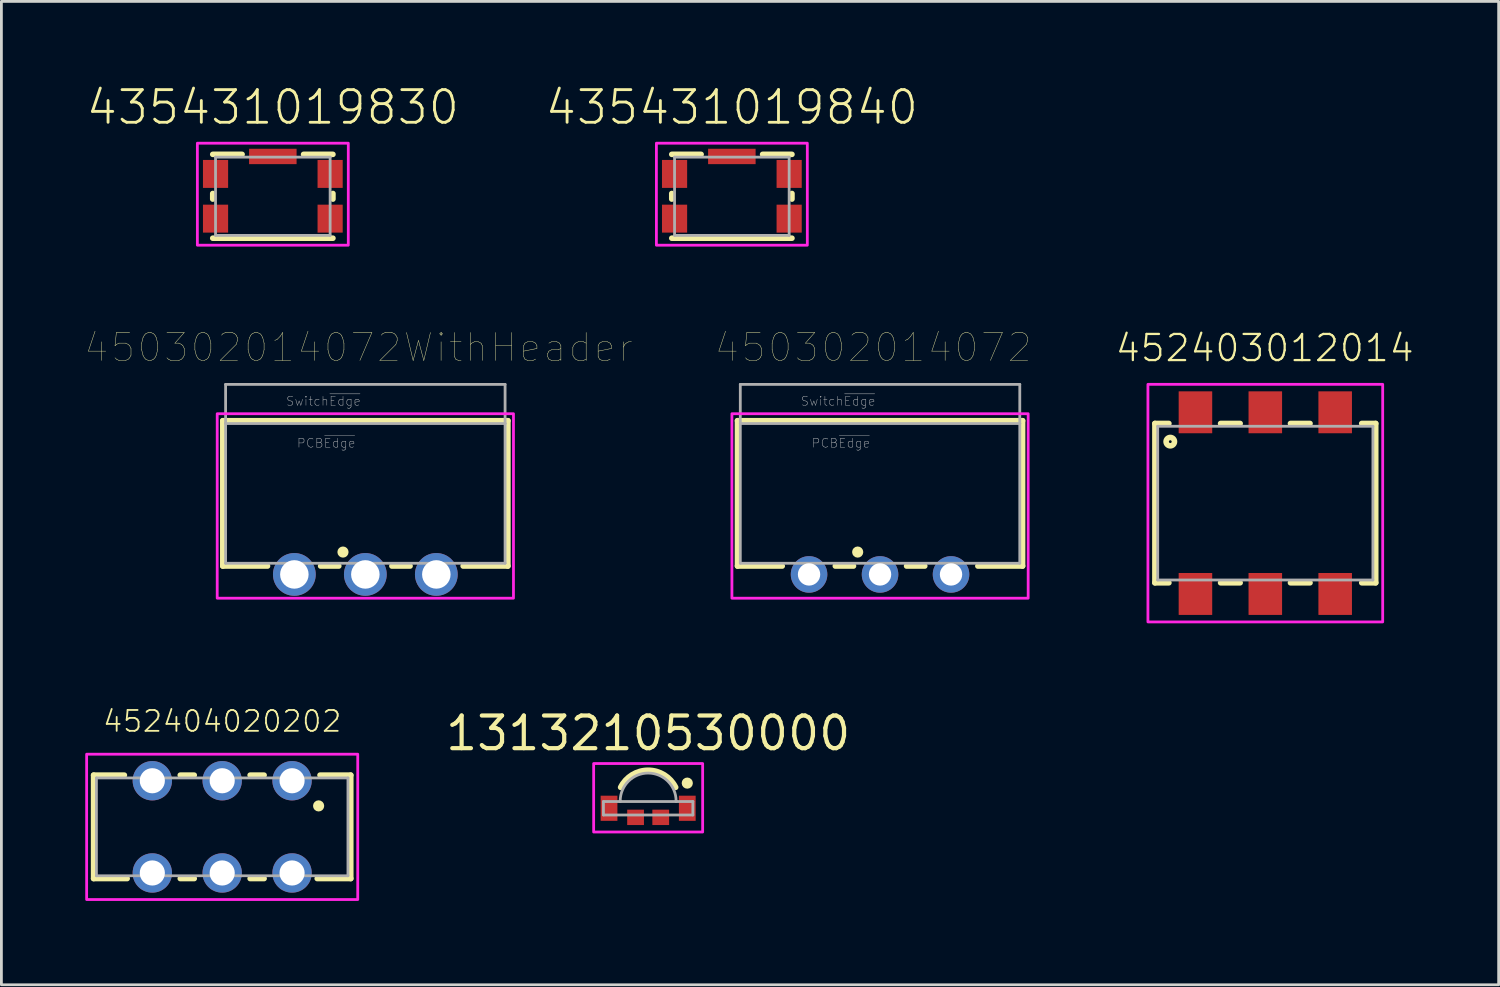
<source format=kicad_pcb>
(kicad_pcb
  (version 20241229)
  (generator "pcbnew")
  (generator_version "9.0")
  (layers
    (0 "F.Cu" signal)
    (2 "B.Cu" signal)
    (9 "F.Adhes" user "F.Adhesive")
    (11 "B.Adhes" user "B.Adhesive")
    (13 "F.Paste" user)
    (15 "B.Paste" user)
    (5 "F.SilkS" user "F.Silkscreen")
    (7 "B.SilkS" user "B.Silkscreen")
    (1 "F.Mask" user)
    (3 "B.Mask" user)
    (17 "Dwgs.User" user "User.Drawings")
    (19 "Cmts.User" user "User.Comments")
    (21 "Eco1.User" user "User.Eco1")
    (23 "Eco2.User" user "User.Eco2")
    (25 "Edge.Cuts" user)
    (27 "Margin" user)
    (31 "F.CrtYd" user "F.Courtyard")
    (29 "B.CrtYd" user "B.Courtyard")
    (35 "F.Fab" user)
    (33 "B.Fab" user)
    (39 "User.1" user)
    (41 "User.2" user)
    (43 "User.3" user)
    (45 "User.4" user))
  (footprint "435431019840"
    (layer "F.Cu")
    (at 23.136 3.973)
    (property "Reference" "435431019840" (at 0 -2.5 0) (layer "F.SilkS") (effects (font (size 1.168 1.168) (thickness 0.102)) (justify bottom)))
    (attr smd)
    (fp_line (start -2.15 -0.1) (end -2.15 0.1) (stroke (width 0.2) (type solid)) (layer "F.SilkS"))
    (fp_line (start -2.15 1.5) (end 2.15 1.5) (stroke (width 0.2) (type solid)) (layer "F.SilkS"))
    (fp_line (start -1.1 -1.5) (end -2.15 -1.5) (stroke (width 0.2) (type solid)) (layer "F.SilkS"))
    (fp_line (start 1.1 -1.5) (end 2.15 -1.5) (stroke (width 0.2) (type solid)) (layer "F.SilkS"))
    (fp_line (start 2.15 0.1) (end 2.15 -0.1) (stroke (width 0.2) (type solid)) (layer "F.SilkS"))
    (fp_poly (pts (xy 2.7 1.75) (xy -2.7 1.75) (xy -2.7 -1.9) (xy 2.7 -1.9)) (stroke (width 0.1) (type default)) (fill no) (layer "F.CrtYd"))
    (fp_line (start -2.05 -1.4) (end 2.05 -1.4) (stroke (width 0.1) (type solid)) (layer "F.Fab"))
    (fp_line (start -2.05 1.4) (end -2.05 -1.4) (stroke (width 0.1) (type solid)) (layer "F.Fab"))
    (fp_line (start 2.05 -1.4) (end 2.05 1.4) (stroke (width 0.1) (type solid)) (layer "F.Fab"))
    (fp_line (start 2.05 1.4) (end -2.05 1.4) (stroke (width 0.1) (type solid)) (layer "F.Fab"))
    (pad "1" smd rect (at 2.05 -0.8) (size 0.9 1) (layers "F.Cu" "F.Mask" "F.Paste"))
    (pad "2" smd rect (at 2.05 0.8) (size 0.9 1) (layers "F.Cu" "F.Mask" "F.Paste"))
    (pad "3" smd rect (at -2.05 0.8) (size 0.9 1) (layers "F.Cu" "F.Mask" "F.Paste"))
    (pad "4" smd rect (at -2.05 -0.8) (size 0.9 1) (layers "F.Cu" "F.Mask" "F.Paste"))
    (pad "SH" smd rect (at 0 -1.425) (size 1.7 0.55) (layers "F.Cu" "F.Mask" "F.Paste")))
  (footprint "452403012014"
    (layer "F.Cu")
    (at 42.223 14.952)
    (property "Reference" "452403012014" (at -0.02 -5 0) (layer "F.SilkS") (effects (font (size 0.935 0.935) (thickness 0.081)) (justify bottom)))
    (fp_line (start -3.95 -2.85) (end -3.95 2.85) (stroke (width 0.2) (type solid)) (layer "F.SilkS"))
    (fp_line (start -3.95 2.85) (end -3.45 2.85) (stroke (width 0.2) (type solid)) (layer "F.SilkS"))
    (fp_line (start -3.45 -2.85) (end -3.95 -2.85) (stroke (width 0.2) (type solid)) (layer "F.SilkS"))
    (fp_line (start -1.6 -2.85) (end -0.9 -2.85) (stroke (width 0.2) (type solid)) (layer "F.SilkS"))
    (fp_line (start -0.9 2.85) (end -1.6 2.85) (stroke (width 0.2) (type solid)) (layer "F.SilkS"))
    (fp_line (start 0.9 -2.85) (end 1.6 -2.85) (stroke (width 0.2) (type solid)) (layer "F.SilkS"))
    (fp_line (start 1.6 2.85) (end 0.9 2.85) (stroke (width 0.2) (type solid)) (layer "F.SilkS"))
    (fp_line (start 3.45 -2.85) (end 3.95 -2.85) (stroke (width 0.2) (type solid)) (layer "F.SilkS"))
    (fp_line (start 3.95 -2.85) (end 3.95 2.85) (stroke (width 0.2) (type solid)) (layer "F.SilkS"))
    (fp_line (start 3.95 2.85) (end 3.45 2.85) (stroke (width 0.2) (type solid)) (layer "F.SilkS"))
    (fp_circle (center -3.4 -2.2) (end -3.35 -2.2) (stroke (width 0.2) (type solid)) (fill no) (layer "F.SilkS"))
    (fp_poly (pts (xy 4.2 4.25) (xy -4.2 4.25) (xy -4.2 -4.25) (xy 4.2 -4.25)) (stroke (width 0.1) (type default)) (fill no) (layer "F.CrtYd"))
    (fp_line (start -3.85 -2.75) (end 3.85 -2.75) (stroke (width 0.1) (type solid)) (layer "F.Fab"))
    (fp_line (start -3.85 2.75) (end -3.85 -2.75) (stroke (width 0.1) (type solid)) (layer "F.Fab"))
    (fp_line (start 3.85 -2.75) (end 3.85 2.75) (stroke (width 0.1) (type solid)) (layer "F.Fab"))
    (fp_line (start 3.85 2.75) (end -3.85 2.75) (stroke (width 0.1) (type solid)) (layer "F.Fab"))
    (pad "1" smd rect (at -2.5 -3.25) (size 1.2 1.5) (layers "F.Cu" "F.Mask" "F.Paste"))
    (pad "2" smd rect (at 0 -3.25) (size 1.2 1.5) (layers "F.Cu" "F.Mask" "F.Paste"))
    (pad "3" smd rect (at 2.5 -3.25) (size 1.2 1.5) (layers "F.Cu" "F.Mask" "F.Paste"))
    (pad "4" smd rect (at -2.5 3.25) (size 1.2 1.5) (layers "F.Cu" "F.Mask" "F.Paste"))
    (pad "5" smd rect (at 0 3.25) (size 1.2 1.5) (layers "F.Cu" "F.Mask" "F.Paste"))
    (pad "6" smd rect (at 2.5 3.25) (size 1.2 1.5) (layers "F.Cu" "F.Mask" "F.Paste")))
  (footprint "1313210530000"
    (layer "F.Cu")
    (at 20.141 25.87)
    (property "Reference" "1313210530000" (at 0 -2 0) (layer "F.SilkS") (effects (font (size 1.168 1.168) (thickness 0.15)) (justify bottom)))
    (attr smd)
    (fp_arc (start -0.985 -0.749999) (mid 0 -1.360836) (end 0.985 -0.75) (stroke (width 0.2) (type solid)) (layer "F.SilkS"))
    (fp_circle (center 1.4 -0.9) (end 1.5 -0.9) (stroke (width 0.2) (type solid)) (fill no) (layer "F.SilkS"))
    (fp_poly (pts (xy 1.95 0.85) (xy -1.95 0.85) (xy -1.95 -1.6) (xy 1.95 -1.6)) (stroke (width 0.1) (type default)) (fill no) (layer "F.CrtYd"))
    (fp_line (start -1.6 -0.24) (end -1.6 0.24) (stroke (width 0.1) (type solid)) (layer "F.Fab"))
    (fp_line (start -1.6 0.24) (end 1.6 0.24) (stroke (width 0.1) (type solid)) (layer "F.Fab"))
    (fp_line (start -1 -0.26) (end -1 -0.24) (stroke (width 0.1) (type solid)) (layer "F.Fab"))
    (fp_line (start -1 -0.24) (end -1.6 -0.24) (stroke (width 0.1) (type solid)) (layer "F.Fab"))
    (fp_line (start 1 -0.26) (end 1 -0.24) (stroke (width 0.1) (type solid)) (layer "F.Fab"))
    (fp_line (start 1 -0.24) (end -1 -0.24) (stroke (width 0.1) (type solid)) (layer "F.Fab"))
    (fp_line (start 1.6 -0.24) (end 1 -0.24) (stroke (width 0.1) (type solid)) (layer "F.Fab"))
    (fp_line (start 1.6 0.24) (end 1.6 -0.24) (stroke (width 0.1) (type solid)) (layer "F.Fab"))
    (fp_arc (start -1 -0.26) (mid 0.000001 -1.262502) (end 1 -0.259998) (stroke (width 0.1) (type solid)) (layer "F.Fab"))
    (pad "1" smd rect (at 1.4 0) (size 0.6 0.9) (layers "F.Cu" "F.Mask" "F.Paste"))
    (pad "2" smd rect (at 0.45 0.325) (size 0.6 0.55) (layers "F.Cu" "F.Mask" "F.Paste"))
    (pad "3" smd rect (at -0.45 0.325) (size 0.6 0.55) (layers "F.Cu" "F.Mask" "F.Paste"))
    (pad "4" smd rect (at -1.4 0) (size 0.6 0.9) (layers "F.Cu" "F.Mask" "F.Paste")))
  (footprint "452404020202"
    (layer "F.Cu")
    (at 4.9 26.535)
    (property "Reference" "452404020202" (at 0 -3.34 0) (layer "F.SilkS") (effects (font (size 0.748 0.748) (thickness 0.065)) (justify bottom)))
    (fp_line (start -4.6 -1.85) (end -4.6 1.85) (stroke (width 0.2) (type solid)) (layer "F.SilkS"))
    (fp_line (start -4.6 1.85) (end -3.4 1.85) (stroke (width 0.2) (type solid)) (layer "F.SilkS"))
    (fp_line (start -3.5 -1.85) (end -4.6 -1.85) (stroke (width 0.2) (type solid)) (layer "F.SilkS"))
    (fp_line (start -1.5 1.85) (end -1 1.85) (stroke (width 0.2) (type solid)) (layer "F.SilkS"))
    (fp_line (start -1 -1.85) (end -1.5 -1.85) (stroke (width 0.2) (type solid)) (layer "F.SilkS"))
    (fp_line (start 1 1.85) (end 1.5 1.85) (stroke (width 0.2) (type solid)) (layer "F.SilkS"))
    (fp_line (start 1.5 -1.85) (end 1 -1.85) (stroke (width 0.2) (type solid)) (layer "F.SilkS"))
    (fp_line (start 3.5 -1.85) (end 4.6 -1.85) (stroke (width 0.2) (type solid)) (layer "F.SilkS"))
    (fp_line (start 4.6 -1.85) (end 4.6 1.85) (stroke (width 0.2) (type solid)) (layer "F.SilkS"))
    (fp_line (start 4.6 1.85) (end 3.4 1.85) (stroke (width 0.2) (type solid)) (layer "F.SilkS"))
    (fp_circle (center 3.45 -0.75) (end 3.55 -0.75) (stroke (width 0.2) (type solid)) (fill no) (layer "F.SilkS"))
    (fp_poly (pts (xy 4.85 2.6) (xy -4.85 2.6) (xy -4.85 -2.6) (xy 4.85 -2.6)) (stroke (width 0.1) (type default)) (fill no) (layer "F.CrtYd"))
    (fp_line (start -4.5 -1.75) (end 4.5 -1.75) (stroke (width 0.1) (type solid)) (layer "F.Fab"))
    (fp_line (start -4.5 1.75) (end -4.5 -1.75) (stroke (width 0.1) (type solid)) (layer "F.Fab"))
    (fp_line (start 4.5 -1.75) (end 4.5 1.75) (stroke (width 0.1) (type solid)) (layer "F.Fab"))
    (fp_line (start 4.5 1.75) (end -4.5 1.75) (stroke (width 0.1) (type solid)) (layer "F.Fab"))
    (pad "1" thru_hole circle (at 2.5 -1.65) (size 1.408 1.408) (drill 0.9) (layers "*.Cu" "*.Mask"))
    (pad "2" thru_hole circle (at 0 -1.65) (size 1.408 1.408) (drill 0.9) (layers "*.Cu" "*.Mask"))
    (pad "3" thru_hole circle (at -2.5 -1.65) (size 1.408 1.408) (drill 0.9) (layers "*.Cu" "*.Mask"))
    (pad "4" thru_hole circle (at 2.5 1.65) (size 1.408 1.408) (drill 0.9) (layers "*.Cu" "*.Mask"))
    (pad "5" thru_hole circle (at 0 1.65) (size 1.408 1.408) (drill 0.9) (layers "*.Cu" "*.Mask"))
    (pad "6" thru_hole circle (at -2.5 1.65) (size 1.408 1.408) (drill 0.9) (layers "*.Cu" "*.Mask")))
  (footprint "450302014072"
    (layer "F.Cu")
    (at 28.438 14.103)
    (property "Reference" "450302014072" (at -0.242 -4.718 0) (layer "F.SilkS") (effects (font (size 1 1) (thickness 0.015))))
    (attr through_hole)
    (fp_line (start -5.1 -2.1) (end -5.1 3.1) (stroke (width 0.2) (type solid)) (layer "F.SilkS"))
    (fp_line (start -5.1 -2.1) (end 5.1 -2.1) (stroke (width 0.2) (type solid)) (layer "F.SilkS"))
    (fp_line (start -5.1 3.1) (end -3.5 3.1) (stroke (width 0.2) (type solid)) (layer "F.SilkS"))
    (fp_line (start -1.6 3.1) (end -0.95 3.1) (stroke (width 0.2) (type solid)) (layer "F.SilkS"))
    (fp_line (start 0.95 3.1) (end 1.6 3.1) (stroke (width 0.2) (type solid)) (layer "F.SilkS"))
    (fp_line (start 5.1 -2.1) (end 5.1 3.1) (stroke (width 0.2) (type solid)) (layer "F.SilkS"))
    (fp_line (start 5.1 3.1) (end 3.5 3.1) (stroke (width 0.2) (type solid)) (layer "F.SilkS"))
    (fp_circle (center -0.8 2.6) (end -0.7 2.6) (stroke (width 0.2) (type solid)) (fill no) (layer "F.SilkS"))
    (fp_poly (pts (xy -5.3 -2.35) (xy 5.3 -2.35) (xy 5.3 4.25) (xy -5.3 4.25)) (stroke (width 0.1) (type solid)) (fill no) (layer "F.CrtYd"))
    (fp_line (start -5 -3.4) (end -5 -2) (stroke (width 0.1) (type solid)) (layer "F.Fab"))
    (fp_line (start -5 -2) (end -5 3) (stroke (width 0.1) (type solid)) (layer "F.Fab"))
    (fp_line (start -5 -2) (end 5 -2) (stroke (width 0.1) (type solid)) (layer "F.Fab"))
    (fp_line (start -5 3) (end 5 3) (stroke (width 0.1) (type solid)) (layer "F.Fab"))
    (fp_line (start 5 -3.4) (end -5 -3.4) (stroke (width 0.1) (type solid)) (layer "F.Fab"))
    (fp_line (start 5 -2) (end 5 -3.4) (stroke (width 0.1) (type solid)) (layer "F.Fab"))
    (fp_line (start 5 3) (end 5 -2) (stroke (width 0.1) (type solid)) (layer "F.Fab"))
    (fp_text user "PCB~{Edge}" (at -1.4 -1.3 0) (layer "Dwgs.User") (effects (font (size 0.32 0.32) (thickness 0.015))))
    (fp_text user "Switch~{Edge}" (at -1.5 -2.8 0) (layer "Dwgs.User") (effects (font (size 0.32 0.32) (thickness 0.015))))
    (pad "1" thru_hole circle (at 0 3.4) (size 1.308 1.308) (drill 0.8) (layers "*.Cu" "*.Mask"))
    (pad "2" thru_hole circle (at -2.54 3.4) (size 1.308 1.308) (drill 0.8) (layers "*.Cu" "*.Mask"))
    (pad "3" thru_hole circle (at 2.54 3.4) (size 1.308 1.308) (drill 0.8) (layers "*.Cu" "*.Mask")))
  (footprint "435431019830"
    (layer "F.Cu")
    (at 6.712 3.973)
    (property "Reference" "435431019830" (at 0 -2.5 0) (layer "F.SilkS") (effects (font (size 1.168 1.168) (thickness 0.102)) (justify bottom)))
    (attr smd)
    (fp_line (start -2.15 -0.1) (end -2.15 0.1) (stroke (width 0.2) (type solid)) (layer "F.SilkS"))
    (fp_line (start -2.15 1.5) (end 2.15 1.5) (stroke (width 0.2) (type solid)) (layer "F.SilkS"))
    (fp_line (start -1.1 -1.5) (end -2.15 -1.5) (stroke (width 0.2) (type solid)) (layer "F.SilkS"))
    (fp_line (start 1.1 -1.5) (end 2.15 -1.5) (stroke (width 0.2) (type solid)) (layer "F.SilkS"))
    (fp_line (start 2.15 0.1) (end 2.15 -0.1) (stroke (width 0.2) (type solid)) (layer "F.SilkS"))
    (fp_poly (pts (xy 2.7 1.75) (xy -2.7 1.75) (xy -2.7 -1.9) (xy 2.7 -1.9)) (stroke (width 0.1) (type default)) (fill no) (layer "F.CrtYd"))
    (fp_line (start -2.05 -1.4) (end 2.05 -1.4) (stroke (width 0.1) (type solid)) (layer "F.Fab"))
    (fp_line (start -2.05 1.4) (end -2.05 -1.4) (stroke (width 0.1) (type solid)) (layer "F.Fab"))
    (fp_line (start 2.05 -1.4) (end 2.05 1.4) (stroke (width 0.1) (type solid)) (layer "F.Fab"))
    (fp_line (start 2.05 1.4) (end -2.05 1.4) (stroke (width 0.1) (type solid)) (layer "F.Fab"))
    (pad "1" smd rect (at 2.05 -0.8) (size 0.9 1) (layers "F.Cu" "F.Mask" "F.Paste"))
    (pad "2" smd rect (at 2.05 0.8) (size 0.9 1) (layers "F.Cu" "F.Mask" "F.Paste"))
    (pad "3" smd rect (at -2.05 0.8) (size 0.9 1) (layers "F.Cu" "F.Mask" "F.Paste"))
    (pad "4" smd rect (at -2.05 -0.8) (size 0.9 1) (layers "F.Cu" "F.Mask" "F.Paste"))
    (pad "SH" smd rect (at 0 -1.425) (size 1.7 0.55) (layers "F.Cu" "F.Mask" "F.Paste")))
  (footprint "450302014072WithHeader"
    (layer "F.Cu")
    (at 10.022 14.103)
    (property "Reference" "450302014072WithHeader" (at -0.242 -4.718 0) (layer "F.SilkS") (effects (font (size 1 1) (thickness 0.015))))
    (attr through_hole)
    (fp_line (start -5.1 -2.1) (end -5.1 3.1) (stroke (width 0.2) (type solid)) (layer "F.SilkS"))
    (fp_line (start -5.1 -2.1) (end 5.1 -2.1) (stroke (width 0.2) (type solid)) (layer "F.SilkS"))
    (fp_line (start -5.1 3.1) (end -3.5 3.1) (stroke (width 0.2) (type solid)) (layer "F.SilkS"))
    (fp_line (start -1.6 3.1) (end -0.95 3.1) (stroke (width 0.2) (type solid)) (layer "F.SilkS"))
    (fp_line (start 0.95 3.1) (end 1.6 3.1) (stroke (width 0.2) (type solid)) (layer "F.SilkS"))
    (fp_line (start 5.1 -2.1) (end 5.1 3.1) (stroke (width 0.2) (type solid)) (layer "F.SilkS"))
    (fp_line (start 5.1 3.1) (end 3.5 3.1) (stroke (width 0.2) (type solid)) (layer "F.SilkS"))
    (fp_circle (center -0.8 2.6) (end -0.7 2.6) (stroke (width 0.2) (type solid)) (fill no) (layer "F.SilkS"))
    (fp_poly (pts (xy -5.3 -2.35) (xy 5.3 -2.35) (xy 5.3 4.25) (xy -5.3 4.25)) (stroke (width 0.1) (type solid)) (fill no) (layer "F.CrtYd"))
    (fp_line (start -5 -3.4) (end -5 -2) (stroke (width 0.1) (type solid)) (layer "F.Fab"))
    (fp_line (start -5 -2) (end -5 3) (stroke (width 0.1) (type solid)) (layer "F.Fab"))
    (fp_line (start -5 -2) (end 5 -2) (stroke (width 0.1) (type solid)) (layer "F.Fab"))
    (fp_line (start -5 3) (end 5 3) (stroke (width 0.1) (type solid)) (layer "F.Fab"))
    (fp_line (start 5 -3.4) (end -5 -3.4) (stroke (width 0.1) (type solid)) (layer "F.Fab"))
    (fp_line (start 5 -2) (end 5 -3.4) (stroke (width 0.1) (type solid)) (layer "F.Fab"))
    (fp_line (start 5 3) (end 5 -2) (stroke (width 0.1) (type solid)) (layer "F.Fab"))
    (fp_text user "Switch~{Edge}" (at -1.5 -2.8 0) (layer "Dwgs.User") (effects (font (size 0.32 0.32) (thickness 0.015))))
    (fp_text user "PCB~{Edge}" (at -1.4 -1.3 0) (layer "Dwgs.User") (effects (font (size 0.32 0.32) (thickness 0.015))))
    (pad "1" thru_hole circle (at 0 3.4) (size 1.53 1.53) (drill 1.02) (layers "*.Cu" "*.Mask"))
    (pad "2" thru_hole circle (at -2.54 3.4) (size 1.53 1.53) (drill 1.02) (layers "*.Cu" "*.Mask"))
    (pad "3" thru_hole circle (at 2.54 3.4) (size 1.53 1.53) (drill 1.02) (layers "*.Cu" "*.Mask")))
  (gr_rect
    (start -3 -3)
    (end 50.572 32.185)
    (stroke (width 0.1) (type default))
    (fill no)
    (layer "Edge.Cuts")))
</source>
